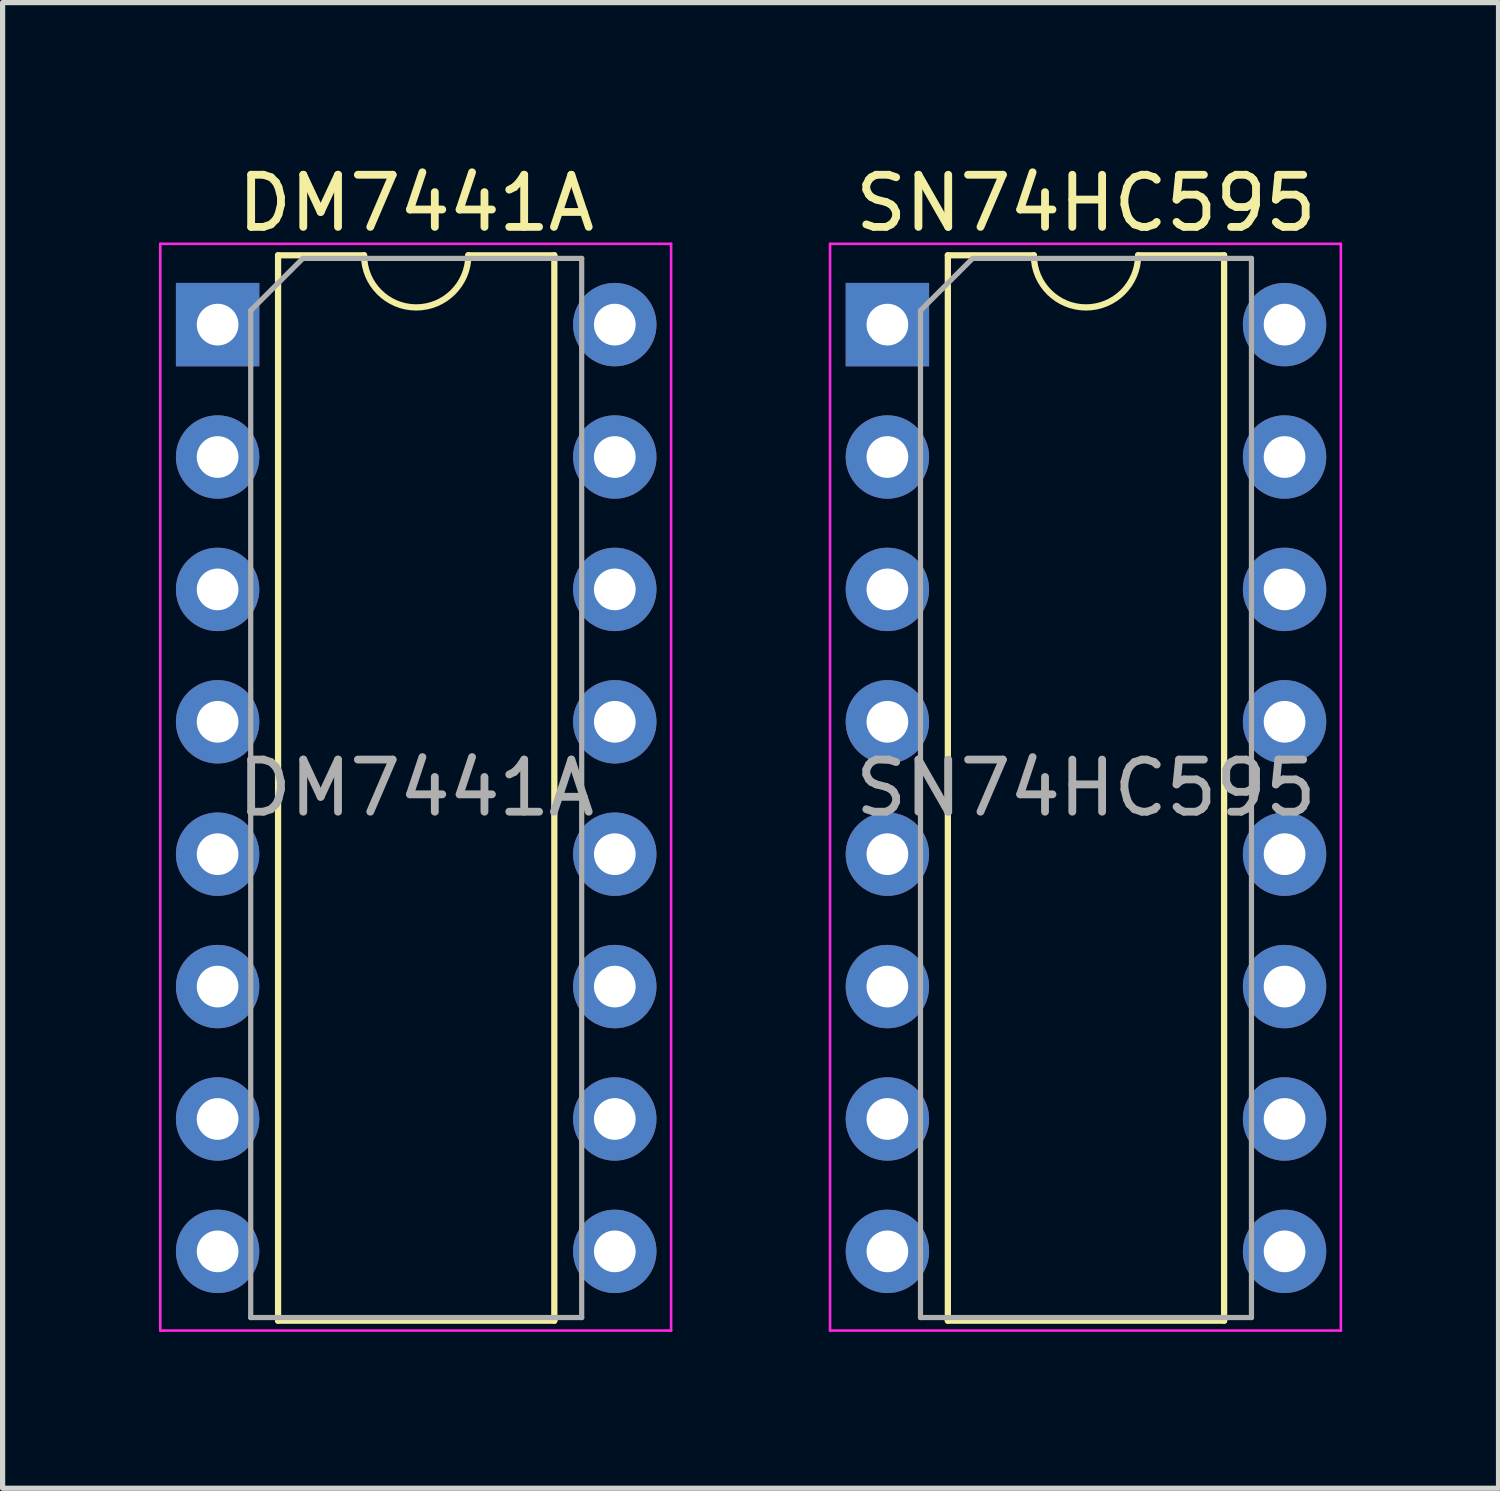
<source format=kicad_pcb>
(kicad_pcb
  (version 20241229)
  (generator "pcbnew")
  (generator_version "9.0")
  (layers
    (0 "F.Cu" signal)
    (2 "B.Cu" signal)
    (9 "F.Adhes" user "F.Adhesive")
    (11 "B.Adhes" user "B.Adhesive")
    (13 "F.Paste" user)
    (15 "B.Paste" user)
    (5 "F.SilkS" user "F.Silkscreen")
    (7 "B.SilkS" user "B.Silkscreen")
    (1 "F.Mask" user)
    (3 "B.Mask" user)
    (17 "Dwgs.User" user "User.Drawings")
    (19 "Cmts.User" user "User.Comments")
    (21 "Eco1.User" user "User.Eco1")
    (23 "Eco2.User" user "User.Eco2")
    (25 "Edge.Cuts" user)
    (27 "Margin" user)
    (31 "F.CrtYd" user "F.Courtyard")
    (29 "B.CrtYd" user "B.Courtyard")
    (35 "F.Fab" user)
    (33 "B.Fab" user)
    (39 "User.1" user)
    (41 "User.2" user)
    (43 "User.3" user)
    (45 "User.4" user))
  (footprint "DM7441A"
    (layer "F.Cu")
    (at 1.125 3.178)
    (property "Reference" "DM7441A" (at 3.81 -2.33 0) (layer "F.SilkS") (effects (font (size 1 1) (thickness 0.15))))
    (attr through_hole)
    (fp_line (start 1.16 -1.33) (end 1.16 19.11) (stroke (width 0.12) (type solid)) (layer "F.SilkS"))
    (fp_line (start 1.16 19.11) (end 6.46 19.11) (stroke (width 0.12) (type solid)) (layer "F.SilkS"))
    (fp_line (start 2.81 -1.33) (end 1.16 -1.33) (stroke (width 0.12) (type solid)) (layer "F.SilkS"))
    (fp_line (start 6.46 -1.33) (end 4.81 -1.33) (stroke (width 0.12) (type solid)) (layer "F.SilkS"))
    (fp_line (start 6.46 19.11) (end 6.46 -1.33) (stroke (width 0.12) (type solid)) (layer "F.SilkS"))
    (fp_arc (start 4.81 -1.33) (mid 3.81 -0.33) (end 2.81 -1.33) (stroke (width 0.12) (type solid)) (layer "F.SilkS"))
    (fp_line (start -1.1 -1.55) (end -1.1 19.3) (stroke (width 0.05) (type solid)) (layer "F.CrtYd"))
    (fp_line (start -1.1 19.3) (end 8.7 19.3) (stroke (width 0.05) (type solid)) (layer "F.CrtYd"))
    (fp_line (start 8.7 -1.55) (end -1.1 -1.55) (stroke (width 0.05) (type solid)) (layer "F.CrtYd"))
    (fp_line (start 8.7 19.3) (end 8.7 -1.55) (stroke (width 0.05) (type solid)) (layer "F.CrtYd"))
    (fp_line (start 0.635 -0.27) (end 1.635 -1.27) (stroke (width 0.1) (type solid)) (layer "F.Fab"))
    (fp_line (start 0.635 19.05) (end 0.635 -0.27) (stroke (width 0.1) (type solid)) (layer "F.Fab"))
    (fp_line (start 1.635 -1.27) (end 6.985 -1.27) (stroke (width 0.1) (type solid)) (layer "F.Fab"))
    (fp_line (start 6.985 -1.27) (end 6.985 19.05) (stroke (width 0.1) (type solid)) (layer "F.Fab"))
    (fp_line (start 6.985 19.05) (end 0.635 19.05) (stroke (width 0.1) (type solid)) (layer "F.Fab"))
    (fp_text user "${REFERENCE}" (at 3.81 8.89 0) (layer "F.Fab") (effects (font (size 1 1) (thickness 0.15))))
    (pad "GND" thru_hole oval (at 7.62 10.16) (size 1.6 1.6) (drill 0.8) (layers "*.Cu" "*.Mask"))
    (pad "IN_A" thru_hole oval (at 0 5.08) (size 1.6 1.6) (drill 0.8) (layers "*.Cu" "*.Mask"))
    (pad "IN_B" thru_hole oval (at 0 12.7) (size 1.6 1.6) (drill 0.8) (layers "*.Cu" "*.Mask"))
    (pad "IN_C" thru_hole oval (at 0 15.24) (size 1.6 1.6) (drill 0.8) (layers "*.Cu" "*.Mask"))
    (pad "IN_D" thru_hole oval (at 0 7.62) (size 1.6 1.6) (drill 0.8) (layers "*.Cu" "*.Mask"))
    (pad "OUT_0" thru_hole oval (at 7.62 0) (size 1.6 1.6) (drill 0.8) (layers "*.Cu" "*.Mask"))
    (pad "OUT_1" thru_hole oval (at 7.62 2.54) (size 1.6 1.6) (drill 0.8) (layers "*.Cu" "*.Mask"))
    (pad "OUT_2" thru_hole oval (at 0 17.78) (size 1.6 1.6) (drill 0.8) (layers "*.Cu" "*.Mask"))
    (pad "OUT_3" thru_hole oval (at 7.62 17.78) (size 1.6 1.6) (drill 0.8) (layers "*.Cu" "*.Mask"))
    (pad "OUT_5" thru_hole oval (at 7.62 5.08) (size 1.6 1.6) (drill 0.8) (layers "*.Cu" "*.Mask"))
    (pad "OUT_5" thru_hole oval (at 7.62 7.62) (size 1.6 1.6) (drill 0.8) (layers "*.Cu" "*.Mask"))
    (pad "OUT_6" thru_hole oval (at 7.62 12.7) (size 1.6 1.6) (drill 0.8) (layers "*.Cu" "*.Mask"))
    (pad "OUT_7" thru_hole oval (at 7.62 15.24) (size 1.6 1.6) (drill 0.8) (layers "*.Cu" "*.Mask"))
    (pad "OUT_8" thru_hole rect (at 0 0) (size 1.6 1.6) (drill 0.8) (layers "*.Cu" "*.Mask"))
    (pad "OUT_9" thru_hole oval (at 0 2.54) (size 1.6 1.6) (drill 0.8) (layers "*.Cu" "*.Mask"))
    (pad "VCC" thru_hole oval (at 0 10.16) (size 1.6 1.6) (drill 0.8) (layers "*.Cu" "*.Mask")))
  (footprint "SN74HC595"
    (layer "F.Cu")
    (at 13.975 3.178)
    (property "Reference" "SN74HC595" (at 3.81 -2.33 0) (layer "F.SilkS") (effects (font (size 1 1) (thickness 0.15))))
    (attr through_hole)
    (fp_line (start 1.16 -1.33) (end 1.16 19.11) (stroke (width 0.12) (type solid)) (layer "F.SilkS"))
    (fp_line (start 1.16 19.11) (end 6.46 19.11) (stroke (width 0.12) (type solid)) (layer "F.SilkS"))
    (fp_line (start 2.81 -1.33) (end 1.16 -1.33) (stroke (width 0.12) (type solid)) (layer "F.SilkS"))
    (fp_line (start 6.46 -1.33) (end 4.81 -1.33) (stroke (width 0.12) (type solid)) (layer "F.SilkS"))
    (fp_line (start 6.46 19.11) (end 6.46 -1.33) (stroke (width 0.12) (type solid)) (layer "F.SilkS"))
    (fp_arc (start 4.81 -1.33) (mid 3.81 -0.33) (end 2.81 -1.33) (stroke (width 0.12) (type solid)) (layer "F.SilkS"))
    (fp_line (start -1.1 -1.55) (end -1.1 19.3) (stroke (width 0.05) (type solid)) (layer "F.CrtYd"))
    (fp_line (start -1.1 19.3) (end 8.7 19.3) (stroke (width 0.05) (type solid)) (layer "F.CrtYd"))
    (fp_line (start 8.7 -1.55) (end -1.1 -1.55) (stroke (width 0.05) (type solid)) (layer "F.CrtYd"))
    (fp_line (start 8.7 19.3) (end 8.7 -1.55) (stroke (width 0.05) (type solid)) (layer "F.CrtYd"))
    (fp_line (start 0.635 -0.27) (end 1.635 -1.27) (stroke (width 0.1) (type solid)) (layer "F.Fab"))
    (fp_line (start 0.635 19.05) (end 0.635 -0.27) (stroke (width 0.1) (type solid)) (layer "F.Fab"))
    (fp_line (start 1.635 -1.27) (end 6.985 -1.27) (stroke (width 0.1) (type solid)) (layer "F.Fab"))
    (fp_line (start 6.985 -1.27) (end 6.985 19.05) (stroke (width 0.1) (type solid)) (layer "F.Fab"))
    (fp_line (start 6.985 19.05) (end 0.635 19.05) (stroke (width 0.1) (type solid)) (layer "F.Fab"))
    (fp_text user "${REFERENCE}" (at 3.81 8.89 0) (layer "F.Fab") (effects (font (size 1 1) (thickness 0.15))))
    (pad "GND" thru_hole oval (at 0 17.78) (size 1.6 1.6) (drill 0.8) (layers "*.Cu" "*.Mask"))
    (pad "QA" thru_hole oval (at 7.62 2.54) (size 1.6 1.6) (drill 0.8) (layers "*.Cu" "*.Mask"))
    (pad "QB" thru_hole rect (at 0 0) (size 1.6 1.6) (drill 0.8) (layers "*.Cu" "*.Mask"))
    (pad "QC" thru_hole oval (at 0 2.54) (size 1.6 1.6) (drill 0.8) (layers "*.Cu" "*.Mask"))
    (pad "QD" thru_hole oval (at 0 5.08) (size 1.6 1.6) (drill 0.8) (layers "*.Cu" "*.Mask"))
    (pad "QE" thru_hole oval (at 0 7.62) (size 1.6 1.6) (drill 0.8) (layers "*.Cu" "*.Mask"))
    (pad "QF" thru_hole oval (at 0 10.16) (size 1.6 1.6) (drill 0.8) (layers "*.Cu" "*.Mask"))
    (pad "QG" thru_hole oval (at 0 12.7) (size 1.6 1.6) (drill 0.8) (layers "*.Cu" "*.Mask"))
    (pad "QH" thru_hole oval (at 0 15.24) (size 1.6 1.6) (drill 0.8) (layers "*.Cu" "*.Mask"))
    (pad "QH'" thru_hole oval (at 7.62 17.78) (size 1.6 1.6) (drill 0.8) (layers "*.Cu" "*.Mask"))
    (pad "RCLK" thru_hole oval (at 7.62 10.16) (size 1.6 1.6) (drill 0.8) (layers "*.Cu" "*.Mask"))
    (pad "SER" thru_hole oval (at 7.62 5.08) (size 1.6 1.6) (drill 0.8) (layers "*.Cu" "*.Mask"))
    (pad "SRCLK" thru_hole oval (at 7.62 12.7) (size 1.6 1.6) (drill 0.8) (layers "*.Cu" "*.Mask"))
    (pad "VCC" thru_hole oval (at 7.62 0) (size 1.6 1.6) (drill 0.8) (layers "*.Cu" "*.Mask"))
    (pad "~OE" thru_hole oval (at 7.62 7.62) (size 1.6 1.6) (drill 0.8) (layers "*.Cu" "*.Mask"))
    (pad "~SRCLR" thru_hole oval (at 7.62 15.24) (size 1.6 1.6) (drill 0.8) (layers "*.Cu" "*.Mask")))
  (gr_rect
    (start -3 -3)
    (end 25.7 25.503)
    (stroke (width 0.1) (type default))
    (fill no)
    (layer "Edge.Cuts")))
</source>
